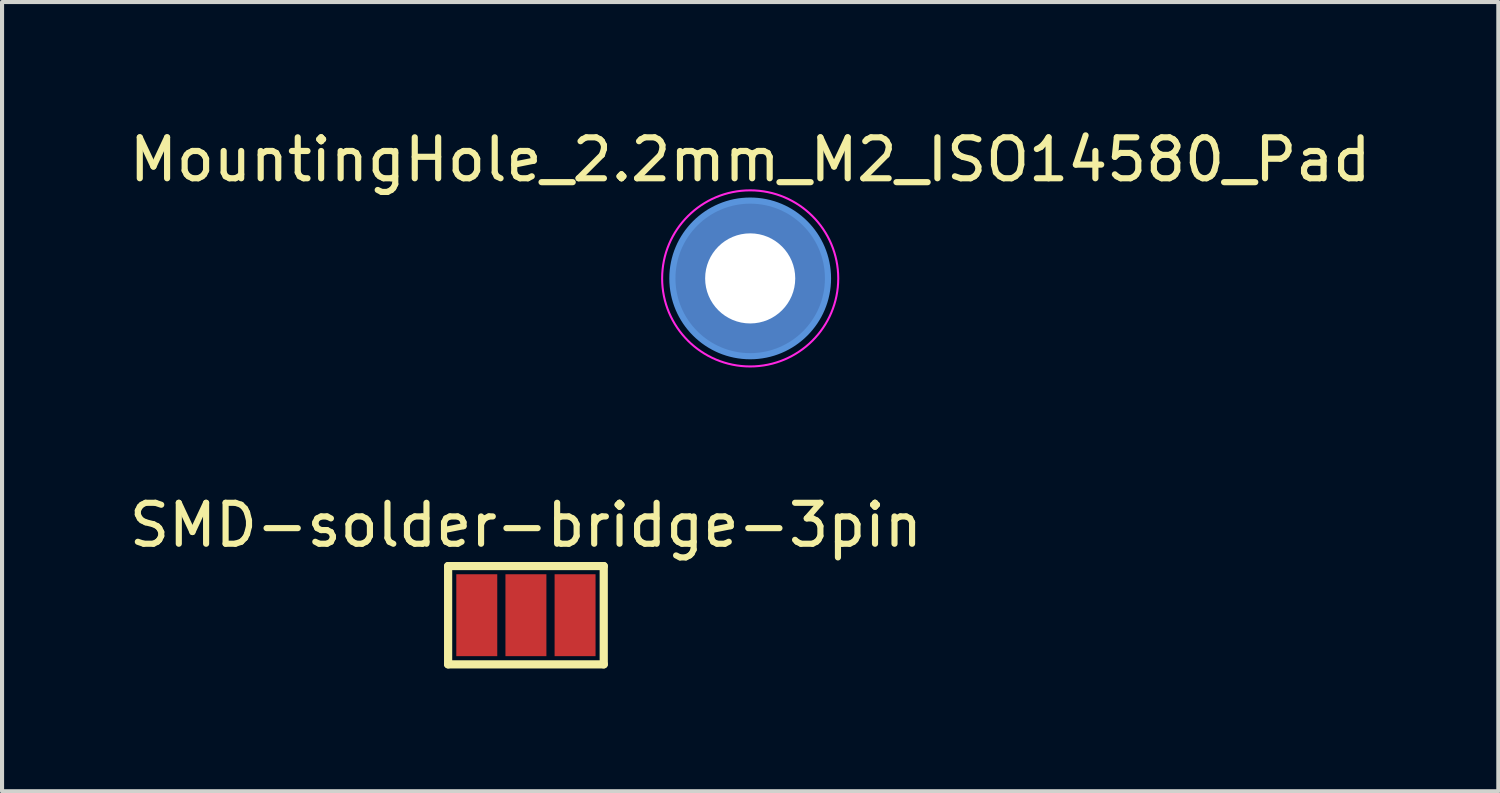
<source format=kicad_pcb>
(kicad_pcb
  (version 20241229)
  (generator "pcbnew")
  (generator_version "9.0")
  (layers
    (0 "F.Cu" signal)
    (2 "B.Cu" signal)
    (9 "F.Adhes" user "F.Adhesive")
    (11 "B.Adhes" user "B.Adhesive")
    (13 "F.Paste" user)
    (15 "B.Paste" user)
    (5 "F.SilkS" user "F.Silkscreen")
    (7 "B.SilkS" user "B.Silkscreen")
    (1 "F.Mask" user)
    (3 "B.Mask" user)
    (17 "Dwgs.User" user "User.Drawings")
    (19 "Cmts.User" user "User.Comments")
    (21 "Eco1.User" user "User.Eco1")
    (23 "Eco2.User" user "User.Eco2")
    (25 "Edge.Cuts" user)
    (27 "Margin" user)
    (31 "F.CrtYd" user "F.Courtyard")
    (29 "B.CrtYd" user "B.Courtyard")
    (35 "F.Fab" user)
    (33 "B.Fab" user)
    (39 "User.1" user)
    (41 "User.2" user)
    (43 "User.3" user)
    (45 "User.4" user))
  (footprint "SMD-solder-bridge-3pin"
    (layer "F.Cu")
    (at 9.792 11.972)
    (property "Reference" "SMD-solder-bridge-3pin" (at 0 -2.2 0) (layer "F.SilkS") (effects (font (size 1 1) (thickness 0.15))))
    (attr through_hole)
    (fp_line (start -1.9 -1.2) (end 1.9 -1.2) (stroke (width 0.2) (type solid)) (layer "F.SilkS"))
    (fp_line (start -1.9 1.2) (end -1.9 -1.2) (stroke (width 0.2) (type solid)) (layer "F.SilkS"))
    (fp_line (start 1.9 -1.2) (end 1.9 1.2) (stroke (width 0.2) (type solid)) (layer "F.SilkS"))
    (fp_line (start 1.9 1.2) (end -1.9 1.2) (stroke (width 0.2) (type solid)) (layer "F.SilkS"))
    (pad "1" smd rect (at -1.2 0) (size 1 2) (layers "F.Cu" "F.Mask"))
    (pad "2" smd rect (at 0 0) (size 1 2) (layers "F.Cu" "F.Mask"))
    (pad "3" smd rect (at 1.2 0) (size 1 2) (layers "F.Cu" "F.Mask")))
  (footprint "MountingHole_2.2mm_M2_ISO14580_Pad"
    (layer "F.Cu")
    (at 15.268 3.748)
    (property "Reference" "MountingHole_2.2mm_M2_ISO14580_Pad" (at 0 -2.9 0) (layer "F.SilkS") (effects (font (size 1 1) (thickness 0.15))))
    (attr through_hole)
    (fp_circle (center 0 0) (end 1.9 0) (stroke (width 0.15) (type solid)) (fill no) (layer "Cmts.User"))
    (fp_circle (center 0 0) (end 2.15 0) (stroke (width 0.05) (type solid)) (fill no) (layer "F.CrtYd"))
    (pad "1" thru_hole circle (at 0 0) (size 3.8 3.8) (drill 2.2) (layers "*.Cu" "*.Mask")))
  (gr_rect
    (start -3 -3)
    (end 33.536 16.271)
    (stroke (width 0.1) (type default))
    (fill no)
    (layer "Edge.Cuts")))
</source>
